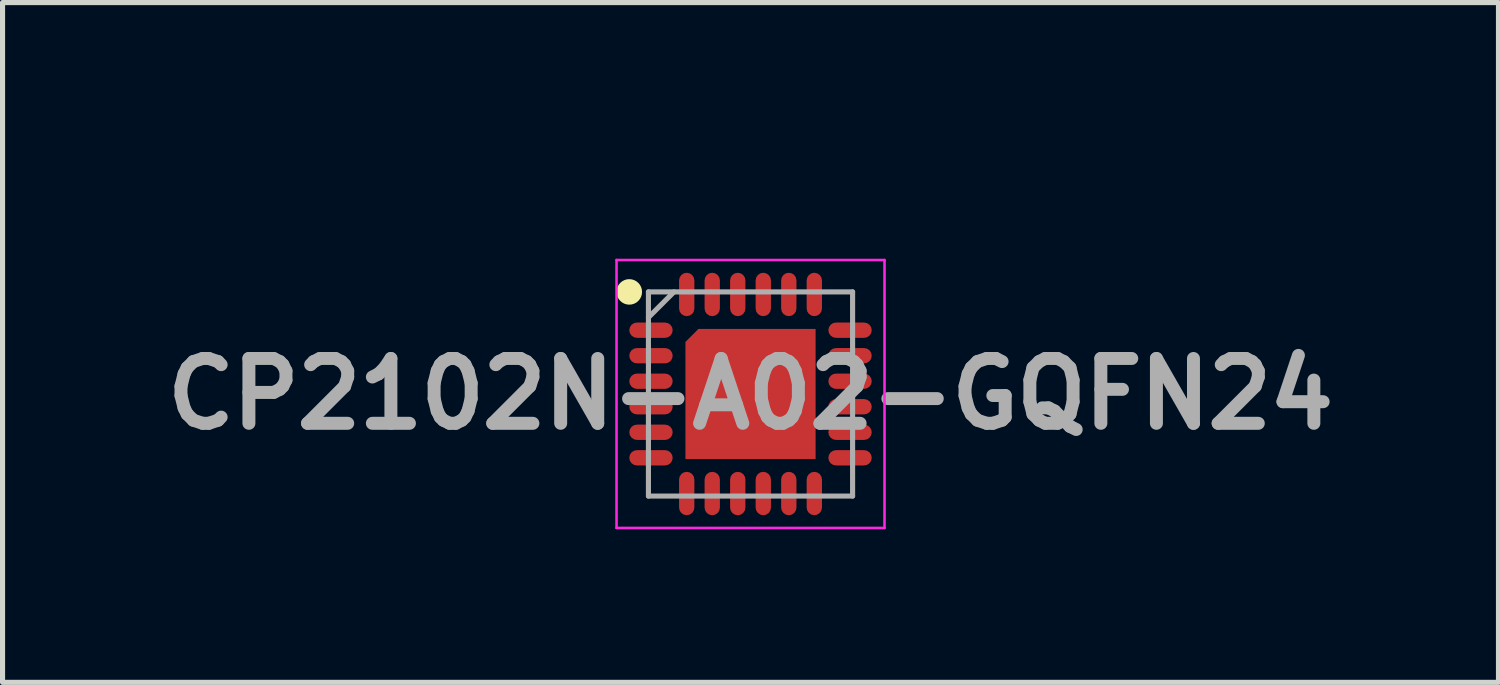
<source format=kicad_pcb>
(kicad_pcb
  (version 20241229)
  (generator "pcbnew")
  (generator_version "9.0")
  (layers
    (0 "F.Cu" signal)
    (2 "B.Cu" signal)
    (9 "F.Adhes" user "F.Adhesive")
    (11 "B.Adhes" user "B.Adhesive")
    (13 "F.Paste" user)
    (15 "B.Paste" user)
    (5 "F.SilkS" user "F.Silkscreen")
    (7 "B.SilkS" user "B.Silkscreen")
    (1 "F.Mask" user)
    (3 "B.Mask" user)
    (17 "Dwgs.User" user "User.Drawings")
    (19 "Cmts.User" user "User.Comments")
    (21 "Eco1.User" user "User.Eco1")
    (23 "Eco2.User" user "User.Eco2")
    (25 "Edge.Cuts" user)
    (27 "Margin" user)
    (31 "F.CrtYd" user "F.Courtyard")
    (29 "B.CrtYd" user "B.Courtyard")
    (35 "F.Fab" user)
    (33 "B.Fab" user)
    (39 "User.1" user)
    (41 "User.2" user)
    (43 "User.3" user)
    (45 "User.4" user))
  (footprint "CP2102N-A02-GQFN24"
    (layer "F.Cu")
    (at 11.654 4.669)
    (property "Reference" "CP2102N-A02-GQFN24" (at 0 -3.48 0) (layer "User.2") (effects (font (size 1.27 1.27) (thickness 0.254))))
    (attr smd)
    (fp_circle (center -2.375 -2) (end -2.375 -1.875) (stroke (width 0.25) (type solid)) (fill no) (layer "F.SilkS"))
    (fp_line (start -2.625 -2.625) (end 2.625 -2.625) (stroke (width 0.05) (type solid)) (layer "F.CrtYd"))
    (fp_line (start -2.625 2.625) (end -2.625 -2.625) (stroke (width 0.05) (type solid)) (layer "F.CrtYd"))
    (fp_line (start 2.625 -2.625) (end 2.625 2.625) (stroke (width 0.05) (type solid)) (layer "F.CrtYd"))
    (fp_line (start 2.625 2.625) (end -2.625 2.625) (stroke (width 0.05) (type solid)) (layer "F.CrtYd"))
    (fp_line (start -2 -2) (end 2 -2) (stroke (width 0.1) (type solid)) (layer "F.Fab"))
    (fp_line (start -2 -1.5) (end -1.5 -2) (stroke (width 0.1) (type solid)) (layer "F.Fab"))
    (fp_line (start -2 2) (end -2 -2) (stroke (width 0.1) (type solid)) (layer "F.Fab"))
    (fp_line (start 2 -2) (end 2 2) (stroke (width 0.1) (type solid)) (layer "F.Fab"))
    (fp_line (start 2 2) (end -2 2) (stroke (width 0.1) (type solid)) (layer "F.Fab"))
    (fp_text user "${REFERENCE}" (at 0 0 0) (layer "F.Fab") (effects (font (size 1.27 1.27) (thickness 0.254))))
    (pad "1" smd roundrect (at -1.95 -1.25 90) (size 0.3 0.85) (layers "F.Cu" "F.Mask" "F.Paste") (roundrect_rratio 0.5))
    (pad "2" smd roundrect (at -1.95 -0.75 90) (size 0.3 0.85) (layers "F.Cu" "F.Mask" "F.Paste") (roundrect_rratio 0.5))
    (pad "3" smd roundrect (at -1.95 -0.25 90) (size 0.3 0.85) (layers "F.Cu" "F.Mask" "F.Paste") (roundrect_rratio 0.5))
    (pad "4" smd roundrect (at -1.95 0.25 90) (size 0.3 0.85) (layers "F.Cu" "F.Mask" "F.Paste") (roundrect_rratio 0.5))
    (pad "5" smd roundrect (at -1.95 0.75 90) (size 0.3 0.85) (layers "F.Cu" "F.Mask" "F.Paste") (roundrect_rratio 0.5))
    (pad "6" smd roundrect (at -1.95 1.25 90) (size 0.3 0.85) (layers "F.Cu" "F.Mask" "F.Paste") (roundrect_rratio 0.5))
    (pad "7" smd roundrect (at -1.25 1.95) (size 0.3 0.85) (layers "F.Cu" "F.Mask" "F.Paste") (roundrect_rratio 0.5))
    (pad "8" smd roundrect (at -0.75 1.95) (size 0.3 0.85) (layers "F.Cu" "F.Mask" "F.Paste") (roundrect_rratio 0.5))
    (pad "9" smd roundrect (at -0.25 1.95) (size 0.3 0.85) (layers "F.Cu" "F.Mask" "F.Paste") (roundrect_rratio 0.5))
    (pad "10" smd roundrect (at 0.25 1.95) (size 0.3 0.85) (layers "F.Cu" "F.Mask" "F.Paste") (roundrect_rratio 0.5))
    (pad "11" smd roundrect (at 0.75 1.95) (size 0.3 0.85) (layers "F.Cu" "F.Mask" "F.Paste") (roundrect_rratio 0.5))
    (pad "12" smd roundrect (at 1.25 1.95) (size 0.3 0.85) (layers "F.Cu" "F.Mask" "F.Paste") (roundrect_rratio 0.5))
    (pad "13" smd roundrect (at 1.95 1.25 90) (size 0.3 0.85) (layers "F.Cu" "F.Mask" "F.Paste") (roundrect_rratio 0.5))
    (pad "14" smd roundrect (at 1.95 0.75 90) (size 0.3 0.85) (layers "F.Cu" "F.Mask" "F.Paste") (roundrect_rratio 0.5))
    (pad "15" smd roundrect (at 1.95 0.25 90) (size 0.3 0.85) (layers "F.Cu" "F.Mask" "F.Paste") (roundrect_rratio 0.5))
    (pad "16" smd roundrect (at 1.95 -0.25 90) (size 0.3 0.85) (layers "F.Cu" "F.Mask" "F.Paste") (roundrect_rratio 0.5))
    (pad "17" smd roundrect (at 1.95 -0.75 90) (size 0.3 0.85) (layers "F.Cu" "F.Mask" "F.Paste") (roundrect_rratio 0.5))
    (pad "18" smd roundrect (at 1.95 -1.25 90) (size 0.3 0.85) (layers "F.Cu" "F.Mask" "F.Paste") (roundrect_rratio 0.5))
    (pad "19" smd roundrect (at 1.25 -1.95) (size 0.3 0.85) (layers "F.Cu" "F.Mask" "F.Paste") (roundrect_rratio 0.5))
    (pad "20" smd roundrect (at 0.75 -1.95) (size 0.3 0.85) (layers "F.Cu" "F.Mask" "F.Paste") (roundrect_rratio 0.5))
    (pad "21" smd roundrect (at 0.25 -1.95) (size 0.3 0.85) (layers "F.Cu" "F.Mask" "F.Paste") (roundrect_rratio 0.5))
    (pad "22" smd roundrect (at -0.25 -1.95) (size 0.3 0.85) (layers "F.Cu" "F.Mask" "F.Paste") (roundrect_rratio 0.5))
    (pad "23" smd roundrect (at -0.75 -1.95) (size 0.3 0.85) (layers "F.Cu" "F.Mask" "F.Paste") (roundrect_rratio 0.5))
    (pad "24" smd roundrect (at -1.25 -1.95) (size 0.3 0.85) (layers "F.Cu" "F.Mask" "F.Paste") (roundrect_rratio 0.5))
    (pad "25" smd roundrect (at 0 0) (size 2.55 2.55) (layers "F.Cu" "F.Mask" "F.Paste") (roundrect_rratio 0) (chamfer_ratio 0.1) (chamfer top_left)))
  (gr_rect
    (start -3 -3)
    (end 26.308 10.319)
    (stroke (width 0.1) (type default))
    (fill no)
    (layer "Edge.Cuts")))
</source>
